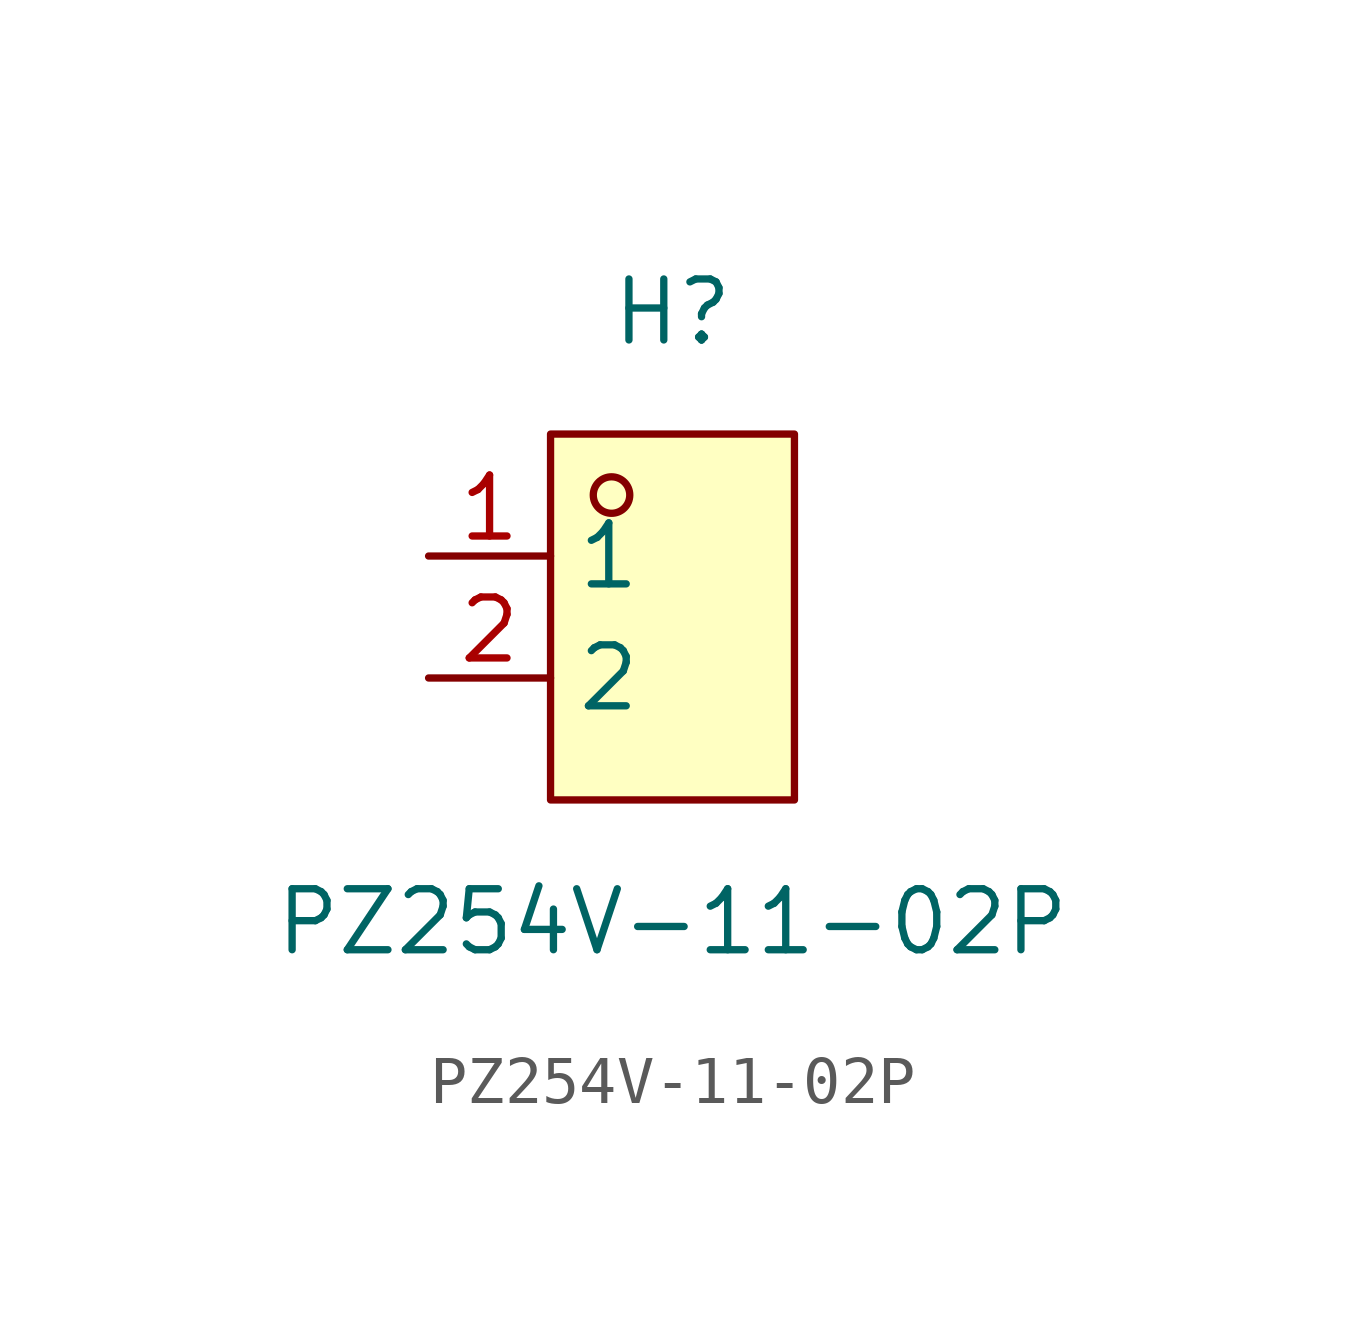
<source format=kicad_sym>
(kicad_symbol_lib
  (version 20241209)
  (generator "kicad_symbol_editor")
  (generator_version "9.0")
  (symbol "PZ254V-11-02P"
    (property "Reference" "H"
      (at 0 6.35 0)
      (effects (font (size 1.27 1.27))))
    (property "Value" "PZ254V-11-02P"
      (at 0 -6.35 0)
      (effects (font (size 1.27 1.27))))
    (symbol "PZ254V-11-02P_0_1"
      (rectangle (start -2.54 3.81) (end 2.54 -3.81) (stroke (width 0) (type default)) (fill (type background)))
      (circle (center -1.27 2.54) (radius 0.38) (stroke (width 0) (type default)) (fill (type none)))
      (pin unspecified line (at -5.08 1.27 0) (length 2.54) (name "1" (effects (font (size 1.27 1.27)))) (number "1" (effects (font (size 1.27 1.27)))))
      (pin unspecified line (at -5.08 -1.27 0) (length 2.54) (name "2" (effects (font (size 1.27 1.27)))) (number "2" (effects (font (size 1.27 1.27))))))))
</source>
